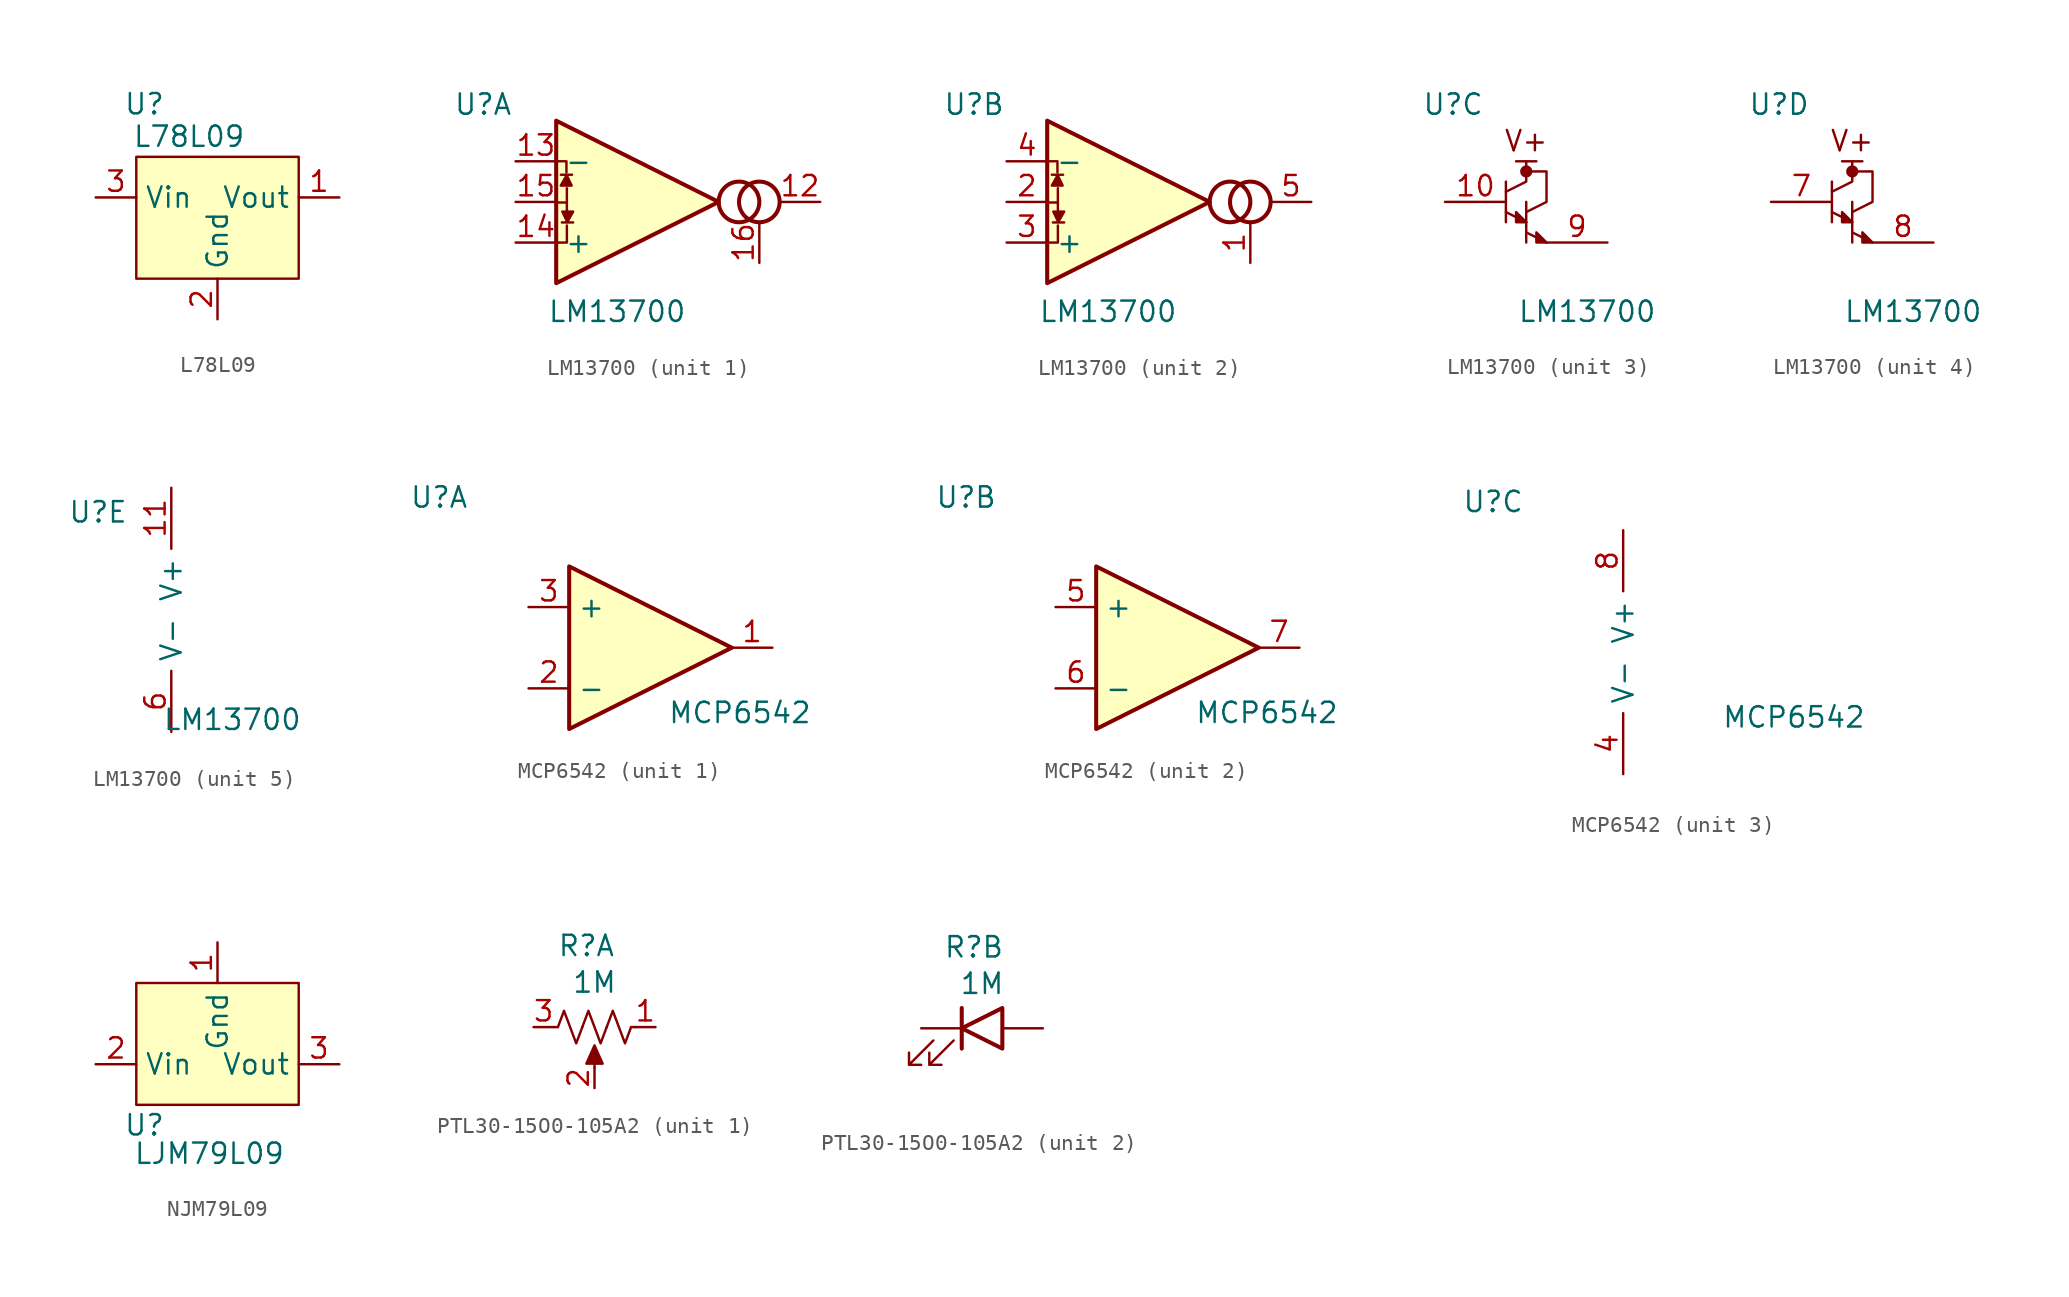
<source format=kicad_sym>
(kicad_symbol_lib
  (version 20231120)
  (generator "kicad_symbol_editor")
  (generator_version "8.0")
  (symbol "L78L09"
    (property "Reference" "U"
      (at 0.508 3.302 0)
      (effects (font (size 1.27 1.27))))
    (property "Value" "L78L09"
      (at 3.302 1.27 0)
      (effects (font (size 1.27 1.27))))
    (symbol "L78L09_1_1"
      (rectangle (start 0 0) (end 10.16 -7.62) (stroke (width 0) (type default)) (fill (type background)))
      (pin output line (at 12.7 -2.54 180) (length 2.54) (name "Vout" (effects (font (size 1.27 1.27)))) (number "1" (effects (font (size 1.27 1.27)))))
      (pin power_in line (at 5.08 -10.16 90) (length 2.54) (name "Gnd" (effects (font (size 1.27 1.27)))) (number "2" (effects (font (size 1.27 1.27)))))
      (pin input line (at -2.54 -2.54 0) (length 2.54) (name "Vin" (effects (font (size 1.27 1.27)))) (number "3" (effects (font (size 1.27 1.27)))))))
  (symbol "LM13700"
    (property "Reference" "U"
      (at -4.572 6.096 0)
      (effects (font (size 1.27 1.27))))
    (property "Value" "LM13700"
      (at 3.81 -6.858 0)
      (effects (font (size 1.27 1.27))))
    (property "ki_locked" ""
      (at 0 0 0)
      (effects (font (size 1.27 1.27))))
    (symbol "LM13700_1_1"
      (polyline (pts (xy -0.037 -0.035) (xy 0.641 -0.035)) (stroke (width 0) (type default)) (fill (type none)))
      (polyline (pts (xy 0.289 1.701) (xy 0.994 1.701)) (stroke (width 0) (type default)) (fill (type none)))
      (polyline (pts (xy 0.668 -0.55) (xy 0.668 0.86)) (stroke (width 0) (type default)) (fill (type none)))
      (polyline (pts (xy 1.061 -1.282) (xy 0.355 -1.282)) (stroke (width 0) (type default)) (fill (type none)))
      (polyline (pts (xy 0 -2.54) (xy 0.67 -2.54) (xy 0.668 -1.472)) (stroke (width 0) (type default)) (fill (type none)))
      (polyline (pts (xy 0.641 1.837) (xy 0.641 2.542) (xy 0.099 2.542)) (stroke (width 0) (type default)) (fill (type none)))
      (polyline (pts (xy 0.654 1.674) (xy 0.289 1.023) (xy 0.967 1.023) (xy 0.654 1.674)) (stroke (width 0) (type default)) (fill (type outline)))
      (polyline (pts (xy 0.695 -1.255) (xy 1.061 -0.604) (xy 0.382 -0.604) (xy 0.695 -1.255)) (stroke (width 0) (type default)) (fill (type outline)))
      (polyline (pts (xy 10.16 0) (xy 0 -5.08) (xy 0 5.08) (xy 10.16 0)) (stroke (width 0.254) (type default)) (fill (type background)))
      (circle (center 11.43 0) (radius 1.27) (stroke (width 0.254) (type default)) (fill (type none)))
      (circle (center 12.7 0) (radius 1.27) (stroke (width 0.254) (type default)) (fill (type none)))
      (pin output line (at 16.51 0 180) (length 2.54) (name "~" (effects (font (size 1.27 1.27)))) (number "12" (effects (font (size 1.27 1.27)))))
      (pin input line (at -2.54 2.54 0) (length 2.54) (name "-" (effects (font (size 1.27 1.27)))) (number "13" (effects (font (size 1.27 1.27)))))
      (pin input line (at -2.54 -2.54 0) (length 2.54) (name "+" (effects (font (size 1.27 1.27)))) (number "14" (effects (font (size 1.27 1.27)))))
      (pin input line (at -2.54 0 0) (length 2.54) (name "DIODE_BIAS" (effects (font (size 0 0)))) (number "15" (effects (font (size 1.27 1.27)))))
      (pin input line (at 12.7 -3.81 90) (length 2.54) (name "~" (effects (font (size 1.27 1.27)))) (number "16" (effects (font (size 1.27 1.27))))))
    (symbol "LM13700_2_1"
      (polyline (pts (xy -0.037 -0.035) (xy 0.641 -0.035)) (stroke (width 0) (type default)) (fill (type none)))
      (polyline (pts (xy 0.289 1.701) (xy 0.994 1.701)) (stroke (width 0) (type default)) (fill (type none)))
      (polyline (pts (xy 0.668 -0.55) (xy 0.668 0.86)) (stroke (width 0) (type default)) (fill (type none)))
      (polyline (pts (xy 1.061 -1.282) (xy 0.355 -1.282)) (stroke (width 0) (type default)) (fill (type none)))
      (polyline (pts (xy 0 -2.54) (xy 0.67 -2.54) (xy 0.668 -1.472)) (stroke (width 0) (type default)) (fill (type none)))
      (polyline (pts (xy 0.641 1.837) (xy 0.641 2.542) (xy 0.099 2.542)) (stroke (width 0) (type default)) (fill (type none)))
      (polyline (pts (xy 0.654 1.674) (xy 0.289 1.023) (xy 0.967 1.023) (xy 0.654 1.674)) (stroke (width 0) (type default)) (fill (type outline)))
      (polyline (pts (xy 0.695 -1.255) (xy 1.061 -0.604) (xy 0.382 -0.604) (xy 0.695 -1.255)) (stroke (width 0) (type default)) (fill (type outline)))
      (polyline (pts (xy 10.16 0) (xy 0 -5.08) (xy 0 5.08) (xy 10.16 0)) (stroke (width 0.254) (type default)) (fill (type background)))
      (circle (center 11.43 0) (radius 1.27) (stroke (width 0.254) (type default)) (fill (type none)))
      (circle (center 12.7 0) (radius 1.27) (stroke (width 0.254) (type default)) (fill (type none)))
      (pin input line (at 12.7 -3.81 90) (length 2.54) (name "~" (effects (font (size 1.27 1.27)))) (number "1" (effects (font (size 1.27 1.27)))))
      (pin input line (at -2.54 0 0) (length 2.54) (name "DIODE_BIAS" (effects (font (size 0 0)))) (number "2" (effects (font (size 1.27 1.27)))))
      (pin input line (at -2.54 -2.54 0) (length 2.54) (name "+" (effects (font (size 1.27 1.27)))) (number "3" (effects (font (size 1.27 1.27)))))
      (pin input line (at -2.54 2.54 0) (length 2.54) (name "-" (effects (font (size 1.27 1.27)))) (number "4" (effects (font (size 1.27 1.27)))))
      (pin output line (at 16.51 0 180) (length 2.54) (name "~" (effects (font (size 1.27 1.27)))) (number "5" (effects (font (size 1.27 1.27))))))
    (symbol "LM13700_3_0"
      (polyline (pts (xy 0.635 2.54) (xy -0.635 2.54)) (stroke (width 0) (type default)) (fill (type none))))
    (symbol "LM13700_3_1"
      (polyline (pts (xy -1.27 -0.635) (xy 0 -1.27)) (stroke (width 0) (type default)) (fill (type none)))
      (polyline (pts (xy -1.27 1.27) (xy -1.27 -1.27)) (stroke (width 0) (type default)) (fill (type none)))
      (polyline (pts (xy 0 -1.905) (xy 1.27 -2.54)) (stroke (width 0) (type default)) (fill (type none)))
      (polyline (pts (xy 0 0) (xy 0 -2.54)) (stroke (width 0) (type default)) (fill (type none)))
      (polyline (pts (xy -1.27 0.635) (xy 0 1.27) (xy 0 1.905) (xy 0 2.54)) (stroke (width 0) (type default)) (fill (type none)))
      (polyline (pts (xy 0 -1.27) (xy -0.635 -0.635) (xy -0.635 -1.27) (xy 0 -1.27)) (stroke (width 0) (type default)) (fill (type outline)))
      (polyline (pts (xy 0 -0.635) (xy 1.27 0) (xy 1.27 1.905) (xy 0 1.905)) (stroke (width 0) (type default)) (fill (type none)))
      (polyline (pts (xy 1.27 -2.54) (xy 0.635 -1.905) (xy 0.635 -2.54) (xy 1.27 -2.54)) (stroke (width 0) (type default)) (fill (type outline)))
      (circle (center 0 1.905) (radius 0.254) (stroke (width 0.254) (type default)) (fill (type outline)))
      (text "V+" (at 0 3.81 0) (effects (font (size 1.27 1.27))))
      (pin input line (at -5.08 0 0) (length 3.81) (name "~" (effects (font (size 1.27 1.27)))) (number "10" (effects (font (size 1.27 1.27)))))
      (pin output line (at 5.08 -2.54 180) (length 3.81) (name "~" (effects (font (size 1.27 1.27)))) (number "9" (effects (font (size 1.27 1.27))))))
    (symbol "LM13700_4_0"
      (polyline (pts (xy -0.635 2.54) (xy 0.635 2.54)) (stroke (width 0) (type default)) (fill (type none)))
      (text "V+" (at 0 3.81 0) (effects (font (size 1.27 1.27)))))
    (symbol "LM13700_4_1"
      (polyline (pts (xy -1.27 -0.635) (xy 0 -1.27)) (stroke (width 0) (type default)) (fill (type none)))
      (polyline (pts (xy -1.27 1.27) (xy -1.27 -1.27)) (stroke (width 0) (type default)) (fill (type none)))
      (polyline (pts (xy 0 -1.905) (xy 1.27 -2.54)) (stroke (width 0) (type default)) (fill (type none)))
      (polyline (pts (xy 0 0) (xy 0 -2.54)) (stroke (width 0) (type default)) (fill (type none)))
      (polyline (pts (xy -1.27 0.635) (xy 0 1.27) (xy 0 2.54)) (stroke (width 0) (type default)) (fill (type none)))
      (polyline (pts (xy 0 -1.27) (xy -0.635 -0.635) (xy -0.635 -1.27) (xy 0 -1.27)) (stroke (width 0) (type default)) (fill (type outline)))
      (polyline (pts (xy 0 -0.635) (xy 1.27 0) (xy 1.27 1.905) (xy 0 1.905)) (stroke (width 0) (type default)) (fill (type none)))
      (polyline (pts (xy 1.27 -2.54) (xy 0.635 -1.905) (xy 0.635 -2.54) (xy 1.27 -2.54)) (stroke (width 0) (type default)) (fill (type outline)))
      (circle (center 0 1.905) (radius 0.254) (stroke (width 0.254) (type default)) (fill (type outline)))
      (pin input line (at -5.08 0 0) (length 3.81) (name "~" (effects (font (size 1.27 1.27)))) (number "7" (effects (font (size 1.27 1.27)))))
      (pin output line (at 5.08 -2.54 180) (length 3.81) (name "~" (effects (font (size 1.27 1.27)))) (number "8" (effects (font (size 1.27 1.27))))))
    (symbol "LM13700_5_1"
      (pin power_in line (at 0 7.62 270) (length 3.81) (name "V+" (effects (font (size 1.27 1.27)))) (number "11" (effects (font (size 1.27 1.27)))))
      (pin power_in line (at 0 -7.62 90) (length 3.81) (name "V-" (effects (font (size 1.27 1.27)))) (number "6" (effects (font (size 1.27 1.27)))))))
  (symbol "MCP6542"
    (property "Reference" "U"
      (at -8.128 9.398 0)
      (effects (font (size 1.27 1.27))))
    (property "Value" "MCP6542"
      (at 10.668 -4.064 0)
      (effects (font (size 1.27 1.27))))
    (property "ki_locked" ""
      (at 0 0 0)
      (effects (font (size 1.27 1.27))))
    (symbol "MCP6542_1_1"
      (polyline (pts (xy 0 5.08) (xy 10.16 0) (xy 0 -5.08) (xy 0 5.08)) (stroke (width 0.254) (type default)) (fill (type background)))
      (pin output line (at 12.7 0 180) (length 2.54) (name "~" (effects (font (size 1.27 1.27)))) (number "1" (effects (font (size 1.27 1.27)))))
      (pin input line (at -2.54 -2.54 0) (length 2.54) (name "-" (effects (font (size 1.27 1.27)))) (number "2" (effects (font (size 1.27 1.27)))))
      (pin input line (at -2.54 2.54 0) (length 2.54) (name "+" (effects (font (size 1.27 1.27)))) (number "3" (effects (font (size 1.27 1.27))))))
    (symbol "MCP6542_2_1"
      (polyline (pts (xy 0 5.08) (xy 10.16 0) (xy 0 -5.08) (xy 0 5.08)) (stroke (width 0.254) (type default)) (fill (type background)))
      (pin input line (at -2.54 2.54 0) (length 2.54) (name "+" (effects (font (size 1.27 1.27)))) (number "5" (effects (font (size 1.27 1.27)))))
      (pin input line (at -2.54 -2.54 0) (length 2.54) (name "-" (effects (font (size 1.27 1.27)))) (number "6" (effects (font (size 1.27 1.27)))))
      (pin output line (at 12.7 0 180) (length 2.54) (name "~" (effects (font (size 1.27 1.27)))) (number "7" (effects (font (size 1.27 1.27))))))
    (symbol "MCP6542_3_1"
      (pin power_in line (at 0 -7.62 90) (length 3.81) (name "V-" (effects (font (size 1.27 1.27)))) (number "4" (effects (font (size 1.27 1.27)))))
      (pin power_in line (at 0 7.62 270) (length 3.81) (name "V+" (effects (font (size 1.27 1.27)))) (number "8" (effects (font (size 1.27 1.27)))))))
  (symbol "NJM79L09"
    (property "Reference" "U"
      (at 0.508 -8.89 0)
      (effects (font (size 1.27 1.27))))
    (property "Value" "LJM79L09"
      (at 4.572 -10.668 0)
      (effects (font (size 1.27 1.27))))
    (symbol "NJM79L09_1_1"
      (rectangle (start 0 0) (end 10.16 -7.62) (stroke (width 0) (type default)) (fill (type background)))
      (pin power_in line (at 5.08 2.54 270) (length 2.54) (name "Gnd" (effects (font (size 1.27 1.27)))) (number "1" (effects (font (size 1.27 1.27)))))
      (pin input line (at -2.54 -5.08 0) (length 2.54) (name "Vin" (effects (font (size 1.27 1.27)))) (number "2" (effects (font (size 1.27 1.27)))))
      (pin output line (at 12.7 -5.08 180) (length 2.54) (name "Vout" (effects (font (size 1.27 1.27)))) (number "3" (effects (font (size 1.27 1.27)))))))
  (symbol "PTL30-15O0-105A2"
    (property "Reference" "R"
      (at 0.762 5.08 0)
      (effects (font (size 1.27 1.27))))
    (property "Value" "1M"
      (at 1.27 2.794 0)
      (effects (font (size 1.27 1.27))))
    (property "ki_locked" ""
      (at 0 0 0)
      (effects (font (size 1.27 1.27))))
    (symbol "PTL30-15O0-105A2_1_1"
      (polyline (pts (xy -1.016 0) (xy -1.27 0)) (stroke (width 0) (type default)) (fill (type none)))
      (polyline (pts (xy 1.27 -2.54) (xy 1.27 -1.524)) (stroke (width 0) (type default)) (fill (type none)))
      (polyline (pts (xy 3.81 0) (xy 3.556 0)) (stroke (width 0) (type default)) (fill (type none)))
      (polyline (pts (xy 1.27 -1.143) (xy 1.778 -2.286) (xy 0.762 -2.286) (xy 1.27 -1.143)) (stroke (width 0) (type default)) (fill (type outline)))
      (polyline (pts (xy 0.508 0) (xy 0.127 -1.016) (xy -0.254 0) (xy -0.635 1.016) (xy -1.016 0)) (stroke (width 0) (type default)) (fill (type none)))
      (polyline (pts (xy 2.032 0) (xy 1.651 -1.016) (xy 1.27 0) (xy 0.889 1.016) (xy 0.508 0)) (stroke (width 0) (type default)) (fill (type none)))
      (polyline (pts (xy 3.556 0) (xy 3.175 -1.016) (xy 2.794 0) (xy 2.413 1.016) (xy 2.032 0)) (stroke (width 0) (type default)) (fill (type none)))
      (pin passive line (at 5.08 0 180) (length 1.27) (name "1" (effects (font (size 0 0)))) (number "1" (effects (font (size 1.27 1.27)))))
      (pin passive line (at 1.27 -3.81 90) (length 1.27) (name "2" (effects (font (size 0 0)))) (number "2" (effects (font (size 1.27 1.27)))))
      (pin passive line (at -2.54 0 0) (length 1.27) (name "3" (effects (font (size 0 0)))) (number "3" (effects (font (size 1.27 1.27))))))
    (symbol "PTL30-15O0-105A2_2_1"
      (polyline (pts (xy 0 -1.27) (xy 0 1.27)) (stroke (width 0.254) (type default)) (fill (type none)))
      (polyline (pts (xy 2.54 -1.27) (xy 2.54 1.27) (xy 0 0) (xy 2.54 -1.27)) (stroke (width 0.254) (type default)) (fill (type none)))
      (polyline (pts (xy -1.778 -0.762) (xy -3.302 -2.286) (xy -2.54 -2.286) (xy -3.302 -2.286) (xy -3.302 -1.524)) (stroke (width 0) (type default)) (fill (type none)))
      (polyline (pts (xy -0.508 -0.762) (xy -2.032 -2.286) (xy -1.27 -2.286) (xy -2.032 -2.286) (xy -2.032 -1.524)) (stroke (width 0) (type default)) (fill (type none)))
      (pin passive line (at 5.08 0 180) (length 2.54) (name "B" (effects (font (size 0 0)))) (number "B" (effects (font (size 0 0)))))
      (pin passive line (at -2.54 0 0) (length 2.54) (name "E" (effects (font (size 0 0)))) (number "E" (effects (font (size 0 0)))))
      (pin no_connect line (at 0 -5.08 180) (length 2.54) hide (name "L" (effects (font (size 0 0)))) (number "L" (effects (font (size 0 0))))))))
</source>
